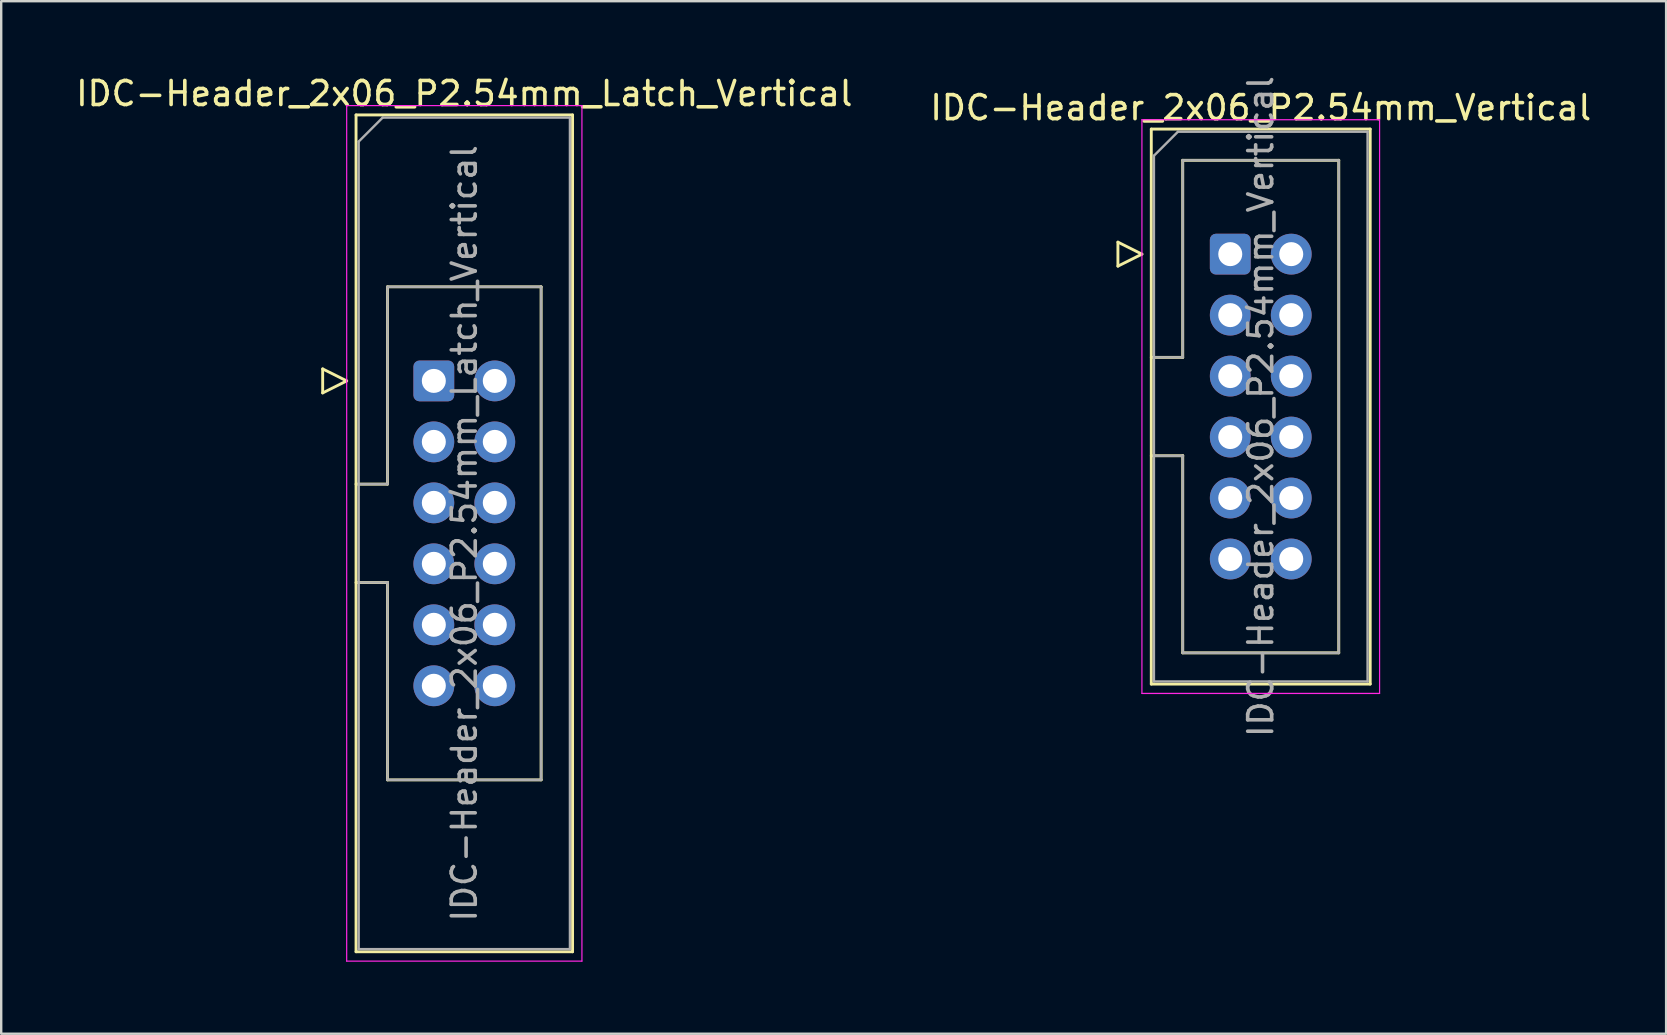
<source format=kicad_pcb>
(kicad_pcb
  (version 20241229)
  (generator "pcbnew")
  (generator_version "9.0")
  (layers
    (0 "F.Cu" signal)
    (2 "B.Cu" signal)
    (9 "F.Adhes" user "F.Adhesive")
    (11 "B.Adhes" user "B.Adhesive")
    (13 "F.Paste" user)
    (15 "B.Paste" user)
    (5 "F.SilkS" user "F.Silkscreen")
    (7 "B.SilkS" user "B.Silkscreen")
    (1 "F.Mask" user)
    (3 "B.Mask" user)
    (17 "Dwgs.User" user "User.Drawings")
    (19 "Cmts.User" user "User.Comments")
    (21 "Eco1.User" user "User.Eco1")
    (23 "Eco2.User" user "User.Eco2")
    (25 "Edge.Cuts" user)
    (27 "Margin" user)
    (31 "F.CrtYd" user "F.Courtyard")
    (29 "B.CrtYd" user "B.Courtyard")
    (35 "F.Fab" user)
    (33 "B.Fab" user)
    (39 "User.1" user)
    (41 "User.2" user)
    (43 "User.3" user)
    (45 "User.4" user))
  (footprint "IDC-Header_2x06_P2.54mm_Latch_Vertical"
    (layer "F.Cu")
    (at 15.022 12.818)
    (property "Reference" "IDC-Header_2x06_P2.54mm_Latch_Vertical" (at 1.27 -11.97 0) (layer "F.SilkS") (effects (font (size 1 1) (thickness 0.15))))
    (attr through_hole)
    (fp_line (start -4.63 -0.5) (end -4.63 0.5) (stroke (width 0.12) (type solid)) (layer "F.SilkS"))
    (fp_line (start -4.63 0.5) (end -3.63 0) (stroke (width 0.12) (type solid)) (layer "F.SilkS"))
    (fp_line (start -3.63 0) (end -4.63 -0.5) (stroke (width 0.12) (type solid)) (layer "F.SilkS"))
    (fp_line (start -3.24 -11.08) (end 5.78 -11.08) (stroke (width 0.12) (type solid)) (layer "F.SilkS"))
    (fp_line (start -3.24 4.3) (end -1.93 4.3) (stroke (width 0.12) (type solid)) (layer "F.SilkS"))
    (fp_line (start -3.24 23.78) (end -3.24 -11.08) (stroke (width 0.12) (type solid)) (layer "F.SilkS"))
    (fp_line (start -1.93 -3.92) (end 4.47 -3.92) (stroke (width 0.12) (type solid)) (layer "F.SilkS"))
    (fp_line (start -1.93 4.3) (end -1.93 -3.92) (stroke (width 0.12) (type solid)) (layer "F.SilkS"))
    (fp_line (start -1.93 8.4) (end -3.24 8.4) (stroke (width 0.12) (type solid)) (layer "F.SilkS"))
    (fp_line (start -1.93 8.4) (end -1.93 8.4) (stroke (width 0.12) (type solid)) (layer "F.SilkS"))
    (fp_line (start -1.93 16.62) (end -1.93 8.4) (stroke (width 0.12) (type solid)) (layer "F.SilkS"))
    (fp_line (start 4.47 -3.92) (end 4.47 16.62) (stroke (width 0.12) (type solid)) (layer "F.SilkS"))
    (fp_line (start 4.47 16.62) (end -1.93 16.62) (stroke (width 0.12) (type solid)) (layer "F.SilkS"))
    (fp_line (start 5.78 -11.08) (end 5.78 23.78) (stroke (width 0.12) (type solid)) (layer "F.SilkS"))
    (fp_line (start 5.78 23.78) (end -3.24 23.78) (stroke (width 0.12) (type solid)) (layer "F.SilkS"))
    (fp_line (start -3.63 -11.47) (end -3.63 24.17) (stroke (width 0.05) (type solid)) (layer "F.CrtYd"))
    (fp_line (start -3.63 24.17) (end 6.17 24.17) (stroke (width 0.05) (type solid)) (layer "F.CrtYd"))
    (fp_line (start 6.17 -11.47) (end -3.63 -11.47) (stroke (width 0.05) (type solid)) (layer "F.CrtYd"))
    (fp_line (start 6.17 24.17) (end 6.17 -11.47) (stroke (width 0.05) (type solid)) (layer "F.CrtYd"))
    (fp_line (start -3.13 -9.97) (end -2.13 -10.97) (stroke (width 0.1) (type solid)) (layer "F.Fab"))
    (fp_line (start -3.13 4.3) (end -1.93 4.3) (stroke (width 0.1) (type solid)) (layer "F.Fab"))
    (fp_line (start -3.13 23.67) (end -3.13 -9.97) (stroke (width 0.1) (type solid)) (layer "F.Fab"))
    (fp_line (start -2.13 -10.97) (end 5.67 -10.97) (stroke (width 0.1) (type solid)) (layer "F.Fab"))
    (fp_line (start -1.93 -3.92) (end 4.47 -3.92) (stroke (width 0.1) (type solid)) (layer "F.Fab"))
    (fp_line (start -1.93 4.3) (end -1.93 -3.92) (stroke (width 0.1) (type solid)) (layer "F.Fab"))
    (fp_line (start -1.93 8.4) (end -3.13 8.4) (stroke (width 0.1) (type solid)) (layer "F.Fab"))
    (fp_line (start -1.93 8.4) (end -1.93 8.4) (stroke (width 0.1) (type solid)) (layer "F.Fab"))
    (fp_line (start -1.93 16.62) (end -1.93 8.4) (stroke (width 0.1) (type solid)) (layer "F.Fab"))
    (fp_line (start 4.47 -3.92) (end 4.47 16.62) (stroke (width 0.1) (type solid)) (layer "F.Fab"))
    (fp_line (start 4.47 16.62) (end -1.93 16.62) (stroke (width 0.1) (type solid)) (layer "F.Fab"))
    (fp_line (start 5.67 -10.97) (end 5.67 23.67) (stroke (width 0.1) (type solid)) (layer "F.Fab"))
    (fp_line (start 5.67 23.67) (end -3.13 23.67) (stroke (width 0.1) (type solid)) (layer "F.Fab"))
    (fp_text user "${REFERENCE}" (at 1.27 6.35 90) (layer "F.Fab") (effects (font (size 1 1) (thickness 0.15))))
    (pad "1" thru_hole roundrect (at 0 0) (size 1.7 1.7) (drill 1) (layers "*.Cu" "*.Mask") (roundrect_rratio 0.147))
    (pad "2" thru_hole circle (at 2.54 0) (size 1.7 1.7) (drill 1) (layers "*.Cu" "*.Mask"))
    (pad "3" thru_hole circle (at 0 2.54) (size 1.7 1.7) (drill 1) (layers "*.Cu" "*.Mask"))
    (pad "4" thru_hole circle (at 2.54 2.54) (size 1.7 1.7) (drill 1) (layers "*.Cu" "*.Mask"))
    (pad "5" thru_hole circle (at 0 5.08) (size 1.7 1.7) (drill 1) (layers "*.Cu" "*.Mask"))
    (pad "6" thru_hole circle (at 2.54 5.08) (size 1.7 1.7) (drill 1) (layers "*.Cu" "*.Mask"))
    (pad "7" thru_hole circle (at 0 7.62) (size 1.7 1.7) (drill 1) (layers "*.Cu" "*.Mask"))
    (pad "8" thru_hole circle (at 2.54 7.62) (size 1.7 1.7) (drill 1) (layers "*.Cu" "*.Mask"))
    (pad "9" thru_hole circle (at 0 10.16) (size 1.7 1.7) (drill 1) (layers "*.Cu" "*.Mask"))
    (pad "10" thru_hole circle (at 2.54 10.16) (size 1.7 1.7) (drill 1) (layers "*.Cu" "*.Mask"))
    (pad "11" thru_hole circle (at 0 12.7) (size 1.7 1.7) (drill 1) (layers "*.Cu" "*.Mask"))
    (pad "12" thru_hole circle (at 2.54 12.7) (size 1.7 1.7) (drill 1) (layers "*.Cu" "*.Mask")))
  (footprint "IDC-Header_2x06_P2.54mm_Vertical"
    (layer "F.Cu")
    (at 48.2 7.537)
    (property "Reference" "IDC-Header_2x06_P2.54mm_Vertical" (at 1.27 -6.1 0) (layer "F.SilkS") (effects (font (size 1 1) (thickness 0.15))))
    (attr through_hole)
    (fp_line (start -4.68 -0.5) (end -4.68 0.5) (stroke (width 0.12) (type solid)) (layer "F.SilkS"))
    (fp_line (start -4.68 0.5) (end -3.68 0) (stroke (width 0.12) (type solid)) (layer "F.SilkS"))
    (fp_line (start -3.68 0) (end -4.68 -0.5) (stroke (width 0.12) (type solid)) (layer "F.SilkS"))
    (fp_line (start -3.29 -5.21) (end 5.83 -5.21) (stroke (width 0.12) (type solid)) (layer "F.SilkS"))
    (fp_line (start -3.29 4.3) (end -1.98 4.3) (stroke (width 0.12) (type solid)) (layer "F.SilkS"))
    (fp_line (start -3.29 17.91) (end -3.29 -5.21) (stroke (width 0.12) (type solid)) (layer "F.SilkS"))
    (fp_line (start -1.98 -3.91) (end 4.52 -3.91) (stroke (width 0.12) (type solid)) (layer "F.SilkS"))
    (fp_line (start -1.98 4.3) (end -1.98 -3.91) (stroke (width 0.12) (type solid)) (layer "F.SilkS"))
    (fp_line (start -1.98 8.4) (end -3.29 8.4) (stroke (width 0.12) (type solid)) (layer "F.SilkS"))
    (fp_line (start -1.98 8.4) (end -1.98 8.4) (stroke (width 0.12) (type solid)) (layer "F.SilkS"))
    (fp_line (start -1.98 16.61) (end -1.98 8.4) (stroke (width 0.12) (type solid)) (layer "F.SilkS"))
    (fp_line (start 4.52 -3.91) (end 4.52 16.61) (stroke (width 0.12) (type solid)) (layer "F.SilkS"))
    (fp_line (start 4.52 16.61) (end -1.98 16.61) (stroke (width 0.12) (type solid)) (layer "F.SilkS"))
    (fp_line (start 5.83 -5.21) (end 5.83 17.91) (stroke (width 0.12) (type solid)) (layer "F.SilkS"))
    (fp_line (start 5.83 17.91) (end -3.29 17.91) (stroke (width 0.12) (type solid)) (layer "F.SilkS"))
    (fp_line (start -3.68 -5.6) (end -3.68 18.3) (stroke (width 0.05) (type solid)) (layer "F.CrtYd"))
    (fp_line (start -3.68 18.3) (end 6.22 18.3) (stroke (width 0.05) (type solid)) (layer "F.CrtYd"))
    (fp_line (start 6.22 -5.6) (end -3.68 -5.6) (stroke (width 0.05) (type solid)) (layer "F.CrtYd"))
    (fp_line (start 6.22 18.3) (end 6.22 -5.6) (stroke (width 0.05) (type solid)) (layer "F.CrtYd"))
    (fp_line (start -3.18 -4.1) (end -2.18 -5.1) (stroke (width 0.1) (type solid)) (layer "F.Fab"))
    (fp_line (start -3.18 4.3) (end -1.98 4.3) (stroke (width 0.1) (type solid)) (layer "F.Fab"))
    (fp_line (start -3.18 17.8) (end -3.18 -4.1) (stroke (width 0.1) (type solid)) (layer "F.Fab"))
    (fp_line (start -2.18 -5.1) (end 5.72 -5.1) (stroke (width 0.1) (type solid)) (layer "F.Fab"))
    (fp_line (start -1.98 -3.91) (end 4.52 -3.91) (stroke (width 0.1) (type solid)) (layer "F.Fab"))
    (fp_line (start -1.98 4.3) (end -1.98 -3.91) (stroke (width 0.1) (type solid)) (layer "F.Fab"))
    (fp_line (start -1.98 8.4) (end -3.18 8.4) (stroke (width 0.1) (type solid)) (layer "F.Fab"))
    (fp_line (start -1.98 8.4) (end -1.98 8.4) (stroke (width 0.1) (type solid)) (layer "F.Fab"))
    (fp_line (start -1.98 16.61) (end -1.98 8.4) (stroke (width 0.1) (type solid)) (layer "F.Fab"))
    (fp_line (start 4.52 -3.91) (end 4.52 16.61) (stroke (width 0.1) (type solid)) (layer "F.Fab"))
    (fp_line (start 4.52 16.61) (end -1.98 16.61) (stroke (width 0.1) (type solid)) (layer "F.Fab"))
    (fp_line (start 5.72 -5.1) (end 5.72 17.8) (stroke (width 0.1) (type solid)) (layer "F.Fab"))
    (fp_line (start 5.72 17.8) (end -3.18 17.8) (stroke (width 0.1) (type solid)) (layer "F.Fab"))
    (fp_text user "${REFERENCE}" (at 1.27 6.35 90) (layer "F.Fab") (effects (font (size 1 1) (thickness 0.15))))
    (pad "1" thru_hole roundrect (at 0 0) (size 1.7 1.7) (drill 1) (layers "*.Cu" "*.Mask") (roundrect_rratio 0.147))
    (pad "2" thru_hole circle (at 2.54 0) (size 1.7 1.7) (drill 1) (layers "*.Cu" "*.Mask"))
    (pad "3" thru_hole circle (at 0 2.54) (size 1.7 1.7) (drill 1) (layers "*.Cu" "*.Mask"))
    (pad "4" thru_hole circle (at 2.54 2.54) (size 1.7 1.7) (drill 1) (layers "*.Cu" "*.Mask"))
    (pad "5" thru_hole circle (at 0 5.08) (size 1.7 1.7) (drill 1) (layers "*.Cu" "*.Mask"))
    (pad "6" thru_hole circle (at 2.54 5.08) (size 1.7 1.7) (drill 1) (layers "*.Cu" "*.Mask"))
    (pad "7" thru_hole circle (at 0 7.62) (size 1.7 1.7) (drill 1) (layers "*.Cu" "*.Mask"))
    (pad "8" thru_hole circle (at 2.54 7.62) (size 1.7 1.7) (drill 1) (layers "*.Cu" "*.Mask"))
    (pad "9" thru_hole circle (at 0 10.16) (size 1.7 1.7) (drill 1) (layers "*.Cu" "*.Mask"))
    (pad "10" thru_hole circle (at 2.54 10.16) (size 1.7 1.7) (drill 1) (layers "*.Cu" "*.Mask"))
    (pad "11" thru_hole circle (at 0 12.7) (size 1.7 1.7) (drill 1) (layers "*.Cu" "*.Mask"))
    (pad "12" thru_hole circle (at 2.54 12.7) (size 1.7 1.7) (drill 1) (layers "*.Cu" "*.Mask")))
  (gr_rect
    (start -3 -3)
    (end 66.357 40.013)
    (stroke (width 0.1) (type default))
    (fill no)
    (layer "Edge.Cuts")))
</source>
